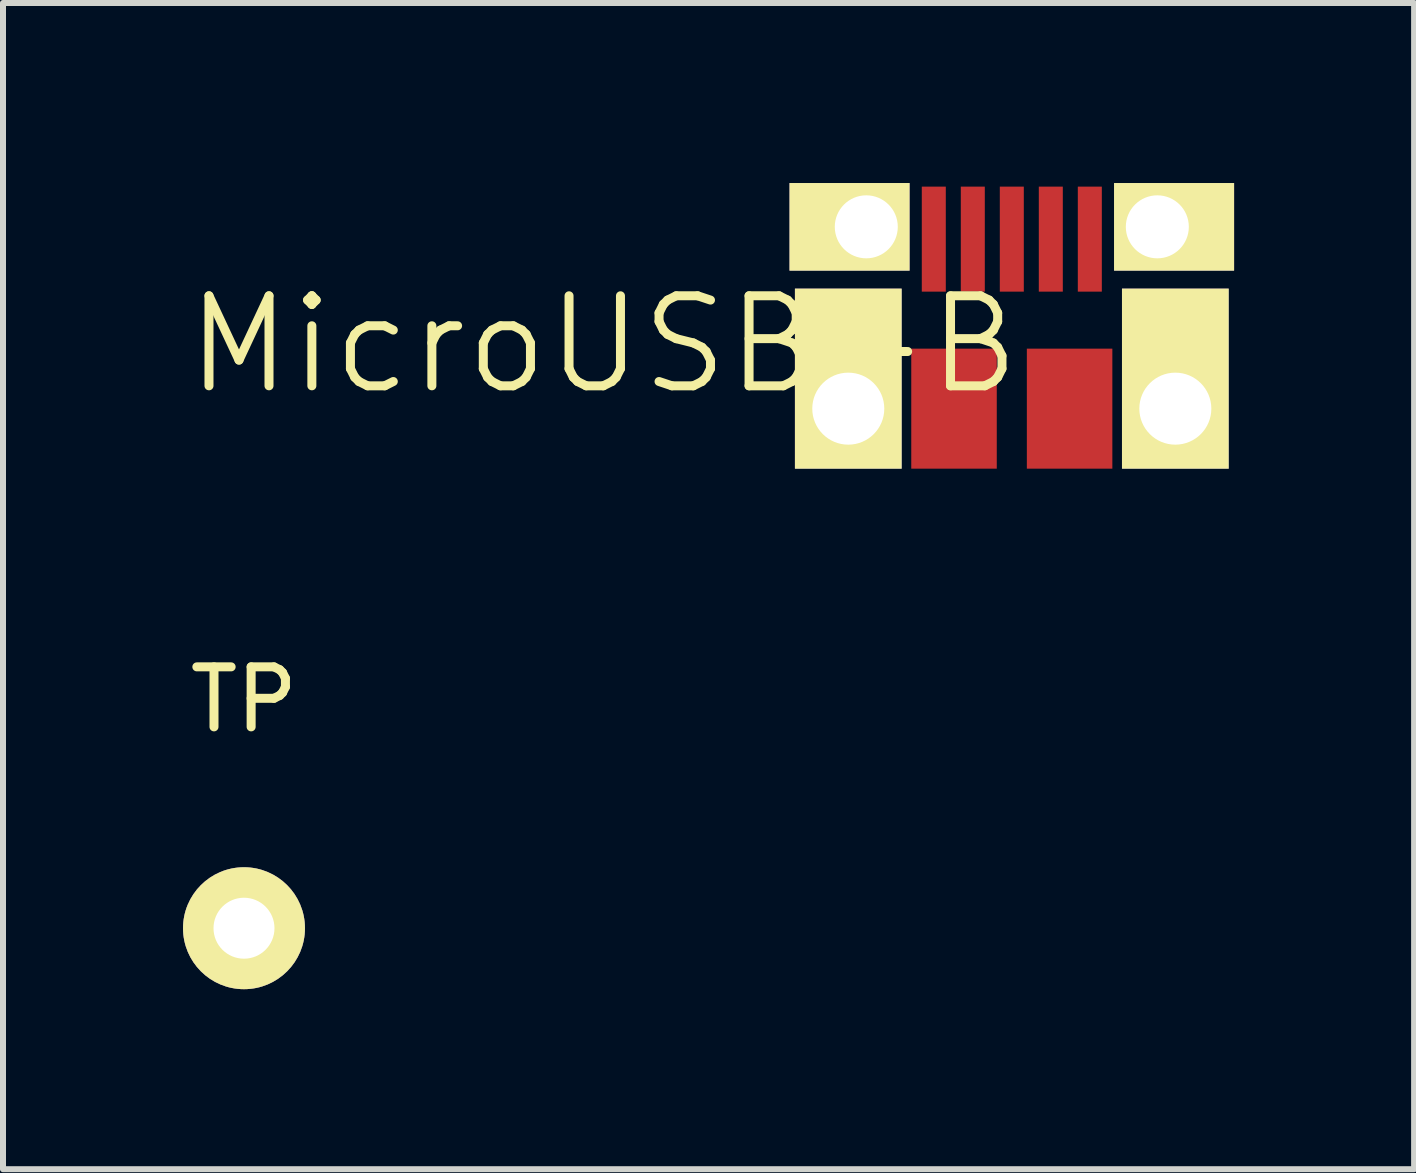
<source format=kicad_pcb>
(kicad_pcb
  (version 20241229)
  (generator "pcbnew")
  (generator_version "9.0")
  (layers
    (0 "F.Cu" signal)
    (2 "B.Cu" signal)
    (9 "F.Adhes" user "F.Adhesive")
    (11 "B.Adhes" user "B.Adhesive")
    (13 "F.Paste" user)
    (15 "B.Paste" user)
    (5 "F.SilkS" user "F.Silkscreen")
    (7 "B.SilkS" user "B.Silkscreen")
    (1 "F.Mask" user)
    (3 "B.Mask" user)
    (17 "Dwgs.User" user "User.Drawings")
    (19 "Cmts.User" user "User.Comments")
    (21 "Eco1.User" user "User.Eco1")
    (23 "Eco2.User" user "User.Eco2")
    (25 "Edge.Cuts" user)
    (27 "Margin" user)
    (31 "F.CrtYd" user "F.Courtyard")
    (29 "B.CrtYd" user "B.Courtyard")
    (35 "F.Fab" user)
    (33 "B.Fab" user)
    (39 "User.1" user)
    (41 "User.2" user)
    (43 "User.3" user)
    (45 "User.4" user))
  (footprint "TP"
    (layer "F.Cu")
    (at 1.016 12.418)
    (property "Reference" "TP" (at 0 -3.81 0) (layer "F.SilkS") (effects (font (size 1 1) (thickness 0.15))))
    (attr through_hole)
    (pad "1" thru_hole oval (at 0 0) (size 2.032 2.032) (drill 1.016) (layers "*.Cu" "*.Mask" "F.SilkS")))
  (footprint "MicroUSB-B"
    (layer "F.Cu")
    (at 13.811 3.76)
    (property "Reference" "MicroUSB-B" (at -6.807 -1.067 0) (layer "F.SilkS") (effects (font (size 1.5 1.5) (thickness 0.15))))
    (attr through_hole)
    (pad "1" smd rect (at -1.3 -2.825) (size 0.4 1.75) (layers "F.Cu" "F.Mask" "F.Paste"))
    (pad "2" smd rect (at -0.65 -2.825) (size 0.4 1.75) (layers "F.Cu" "F.Mask" "F.Paste"))
    (pad "3" smd rect (at 0 -2.825) (size 0.4 1.75) (layers "F.Cu" "F.Mask" "F.Paste"))
    (pad "4" smd rect (at 0.65 -2.825) (size 0.4 1.75) (layers "F.Cu" "F.Mask" "F.Paste"))
    (pad "5" smd rect (at 1.3 -2.825) (size 0.4 1.75) (layers "F.Cu" "F.Mask" "F.Paste"))
    (pad "PAD" thru_hole rect (at -2.725 0) (size 1.778 3) (drill 1.2 (offset 0 -0.5)) (layers "*.Cu" "*.Mask" "F.SilkS"))
    (pad "PAD" thru_hole rect (at -2.425 -3.03) (size 2 1.46) (drill 1.05 (offset -0.279 0)) (layers "*.Cu" "*.Mask" "F.SilkS"))
    (pad "PAD" smd rect (at -0.963 0.25) (size 1.425 2) (drill (offset 0 -0.25)) (layers "F.Cu" "F.Mask" "F.Paste"))
    (pad "PAD" smd rect (at 0.963 0.25) (size 1.425 2) (drill (offset 0 -0.25)) (layers "F.Cu" "F.Mask" "F.Paste"))
    (pad "PAD" thru_hole rect (at 2.425 -3.03) (size 2 1.46) (drill 1.05 (offset 0.279 0)) (layers "*.Cu" "*.Mask" "F.SilkS"))
    (pad "PAD" thru_hole rect (at 2.725 0) (size 1.778 3) (drill 1.2 (offset 0 -0.5)) (layers "*.Cu" "*.Mask" "F.SilkS")))
  (gr_rect
    (start -3 -3)
    (end 20.515 16.434)
    (stroke (width 0.1) (type default))
    (fill no)
    (layer "Edge.Cuts")))
</source>
